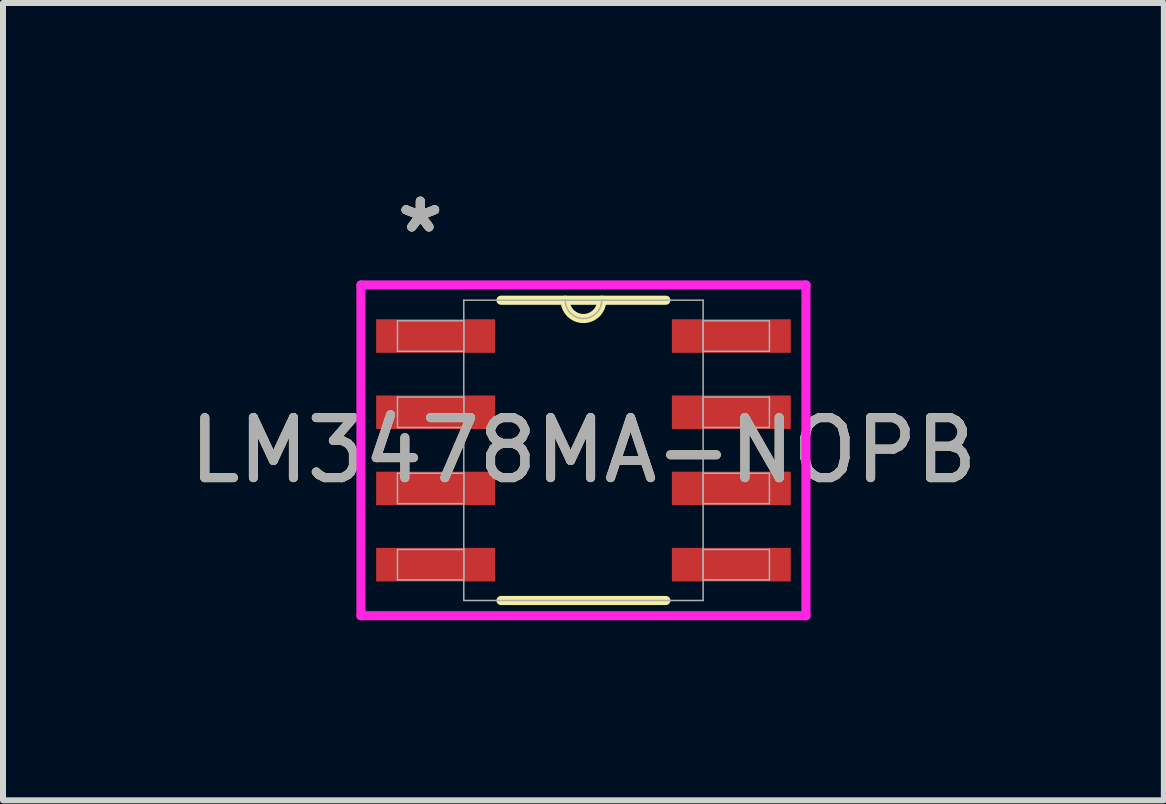
<source format=kicad_pcb>
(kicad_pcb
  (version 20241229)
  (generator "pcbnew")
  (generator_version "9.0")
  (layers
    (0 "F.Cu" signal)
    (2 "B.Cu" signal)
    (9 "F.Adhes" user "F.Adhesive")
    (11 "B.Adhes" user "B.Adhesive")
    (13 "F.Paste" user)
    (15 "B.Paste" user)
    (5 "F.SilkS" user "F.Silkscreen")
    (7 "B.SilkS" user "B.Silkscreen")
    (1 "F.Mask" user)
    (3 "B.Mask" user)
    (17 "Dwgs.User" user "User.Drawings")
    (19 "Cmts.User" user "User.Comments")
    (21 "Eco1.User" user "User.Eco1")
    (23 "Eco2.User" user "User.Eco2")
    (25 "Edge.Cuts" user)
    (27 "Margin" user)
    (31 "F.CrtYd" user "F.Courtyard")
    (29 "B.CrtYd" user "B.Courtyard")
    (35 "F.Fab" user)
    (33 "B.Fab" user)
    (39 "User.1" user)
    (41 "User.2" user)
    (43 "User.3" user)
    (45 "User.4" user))
  (footprint "LM3478MA-NOPB"
    (layer "F.Cu")
    (at 6.673 4.455)
    (property "Reference" "LM3478MA-NOPB" (at 0 0 0) (unlocked yes) (layer "F.SilkS") (effects (font (size 1 1) (thickness 0.15))))
    (attr smd)
    (fp_line (start -1.374 2.502) (end 1.374 2.502) (stroke (width 0.152) (type solid)) (layer "F.SilkS"))
    (fp_line (start 1.374 -2.502) (end -1.374 -2.502) (stroke (width 0.152) (type solid)) (layer "F.SilkS"))
    (fp_arc (start 0.3048 -2.5019) (mid 0 -2.1971) (end -0.3048 -2.5019) (stroke (width 0.1524) (type solid)) (layer "F.SilkS"))
    (fp_line (start -3.708 -2.756) (end 3.708 -2.756) (stroke (width 0.152) (type solid)) (layer "F.CrtYd"))
    (fp_line (start -3.708 2.756) (end -3.708 -2.756) (stroke (width 0.152) (type solid)) (layer "F.CrtYd"))
    (fp_line (start 3.708 -2.756) (end 3.708 2.756) (stroke (width 0.152) (type solid)) (layer "F.CrtYd"))
    (fp_line (start 3.708 2.756) (end -3.708 2.756) (stroke (width 0.152) (type solid)) (layer "F.CrtYd"))
    (fp_line (start -3.099 -2.159) (end -3.099 -1.651) (stroke (width 0.025) (type solid)) (layer "F.Fab"))
    (fp_line (start -3.099 -1.651) (end -1.994 -1.651) (stroke (width 0.025) (type solid)) (layer "F.Fab"))
    (fp_line (start -3.099 -0.889) (end -3.099 -0.381) (stroke (width 0.025) (type solid)) (layer "F.Fab"))
    (fp_line (start -3.099 -0.381) (end -1.994 -0.381) (stroke (width 0.025) (type solid)) (layer "F.Fab"))
    (fp_line (start -3.099 0.381) (end -3.099 0.889) (stroke (width 0.025) (type solid)) (layer "F.Fab"))
    (fp_line (start -3.099 0.889) (end -1.994 0.889) (stroke (width 0.025) (type solid)) (layer "F.Fab"))
    (fp_line (start -3.099 1.651) (end -3.099 2.159) (stroke (width 0.025) (type solid)) (layer "F.Fab"))
    (fp_line (start -3.099 2.159) (end -1.994 2.159) (stroke (width 0.025) (type solid)) (layer "F.Fab"))
    (fp_line (start -1.994 -2.502) (end -1.994 2.502) (stroke (width 0.025) (type solid)) (layer "F.Fab"))
    (fp_line (start -1.994 -2.159) (end -3.099 -2.159) (stroke (width 0.025) (type solid)) (layer "F.Fab"))
    (fp_line (start -1.994 -1.651) (end -1.994 -2.159) (stroke (width 0.025) (type solid)) (layer "F.Fab"))
    (fp_line (start -1.994 -0.889) (end -3.099 -0.889) (stroke (width 0.025) (type solid)) (layer "F.Fab"))
    (fp_line (start -1.994 -0.381) (end -1.994 -0.889) (stroke (width 0.025) (type solid)) (layer "F.Fab"))
    (fp_line (start -1.994 0.381) (end -3.099 0.381) (stroke (width 0.025) (type solid)) (layer "F.Fab"))
    (fp_line (start -1.994 0.889) (end -1.994 0.381) (stroke (width 0.025) (type solid)) (layer "F.Fab"))
    (fp_line (start -1.994 1.651) (end -3.099 1.651) (stroke (width 0.025) (type solid)) (layer "F.Fab"))
    (fp_line (start -1.994 2.159) (end -1.994 1.651) (stroke (width 0.025) (type solid)) (layer "F.Fab"))
    (fp_line (start -1.994 2.502) (end 1.994 2.502) (stroke (width 0.025) (type solid)) (layer "F.Fab"))
    (fp_line (start 1.994 -2.502) (end -1.994 -2.502) (stroke (width 0.025) (type solid)) (layer "F.Fab"))
    (fp_line (start 1.994 -2.159) (end 1.994 -1.651) (stroke (width 0.025) (type solid)) (layer "F.Fab"))
    (fp_line (start 1.994 -1.651) (end 3.099 -1.651) (stroke (width 0.025) (type solid)) (layer "F.Fab"))
    (fp_line (start 1.994 -0.889) (end 1.994 -0.381) (stroke (width 0.025) (type solid)) (layer "F.Fab"))
    (fp_line (start 1.994 -0.381) (end 3.099 -0.381) (stroke (width 0.025) (type solid)) (layer "F.Fab"))
    (fp_line (start 1.994 0.381) (end 1.994 0.889) (stroke (width 0.025) (type solid)) (layer "F.Fab"))
    (fp_line (start 1.994 0.889) (end 3.099 0.889) (stroke (width 0.025) (type solid)) (layer "F.Fab"))
    (fp_line (start 1.994 1.651) (end 1.994 2.159) (stroke (width 0.025) (type solid)) (layer "F.Fab"))
    (fp_line (start 1.994 2.159) (end 3.099 2.159) (stroke (width 0.025) (type solid)) (layer "F.Fab"))
    (fp_line (start 1.994 2.502) (end 1.994 -2.502) (stroke (width 0.025) (type solid)) (layer "F.Fab"))
    (fp_line (start 3.099 -2.159) (end 1.994 -2.159) (stroke (width 0.025) (type solid)) (layer "F.Fab"))
    (fp_line (start 3.099 -1.651) (end 3.099 -2.159) (stroke (width 0.025) (type solid)) (layer "F.Fab"))
    (fp_line (start 3.099 -0.889) (end 1.994 -0.889) (stroke (width 0.025) (type solid)) (layer "F.Fab"))
    (fp_line (start 3.099 -0.381) (end 3.099 -0.889) (stroke (width 0.025) (type solid)) (layer "F.Fab"))
    (fp_line (start 3.099 0.381) (end 1.994 0.381) (stroke (width 0.025) (type solid)) (layer "F.Fab"))
    (fp_line (start 3.099 0.889) (end 3.099 0.381) (stroke (width 0.025) (type solid)) (layer "F.Fab"))
    (fp_line (start 3.099 1.651) (end 1.994 1.651) (stroke (width 0.025) (type solid)) (layer "F.Fab"))
    (fp_line (start 3.099 2.159) (end 3.099 1.651) (stroke (width 0.025) (type solid)) (layer "F.Fab"))
    (fp_arc (start 0.3048 -2.5019) (mid 0 -2.1971) (end -0.3048 -2.5019) (stroke (width 0.0254) (type solid)) (layer "F.Fab"))
    (fp_text user "*" (at -2.718 -3.607 0) (unlocked yes) (layer "F.SilkS") (effects (font (size 1 1) (thickness 0.15))))
    (fp_text user "*" (at -2.718 -3.607 0) (layer "F.SilkS") (effects (font (size 1 1) (thickness 0.15))))
    (fp_text user "*" (at -2.718 -3.607 0) (unlocked yes) (layer "F.Fab") (effects (font (size 1 1) (thickness 0.15))))
    (fp_text user "*" (at -2.718 -3.607 0) (layer "F.Fab") (effects (font (size 1 1) (thickness 0.15))))
    (fp_text user "${REFERENCE}" (at 0 0 0) (unlocked yes) (layer "F.Fab") (effects (font (size 1 1) (thickness 0.15))))
    (pad "1" smd rect (at -2.464 -1.905) (size 1.981 0.559) (layers "F.Cu" "F.Mask" "F.Paste"))
    (pad "2" smd rect (at -2.464 -0.635) (size 1.981 0.559) (layers "F.Cu" "F.Mask" "F.Paste"))
    (pad "3" smd rect (at -2.464 0.635) (size 1.981 0.559) (layers "F.Cu" "F.Mask" "F.Paste"))
    (pad "4" smd rect (at -2.464 1.905) (size 1.981 0.559) (layers "F.Cu" "F.Mask" "F.Paste"))
    (pad "5" smd rect (at 2.464 1.905) (size 1.981 0.559) (layers "F.Cu" "F.Mask" "F.Paste"))
    (pad "6" smd rect (at 2.464 0.635) (size 1.981 0.559) (layers "F.Cu" "F.Mask" "F.Paste"))
    (pad "7" smd rect (at 2.464 -0.635) (size 1.981 0.559) (layers "F.Cu" "F.Mask" "F.Paste"))
    (pad "8" smd rect (at 2.464 -1.905) (size 1.981 0.559) (layers "F.Cu" "F.Mask" "F.Paste")))
  (gr_rect
    (start -3 -3)
    (end 16.345 10.287)
    (stroke (width 0.1) (type default))
    (fill no)
    (layer "Edge.Cuts")))
</source>
